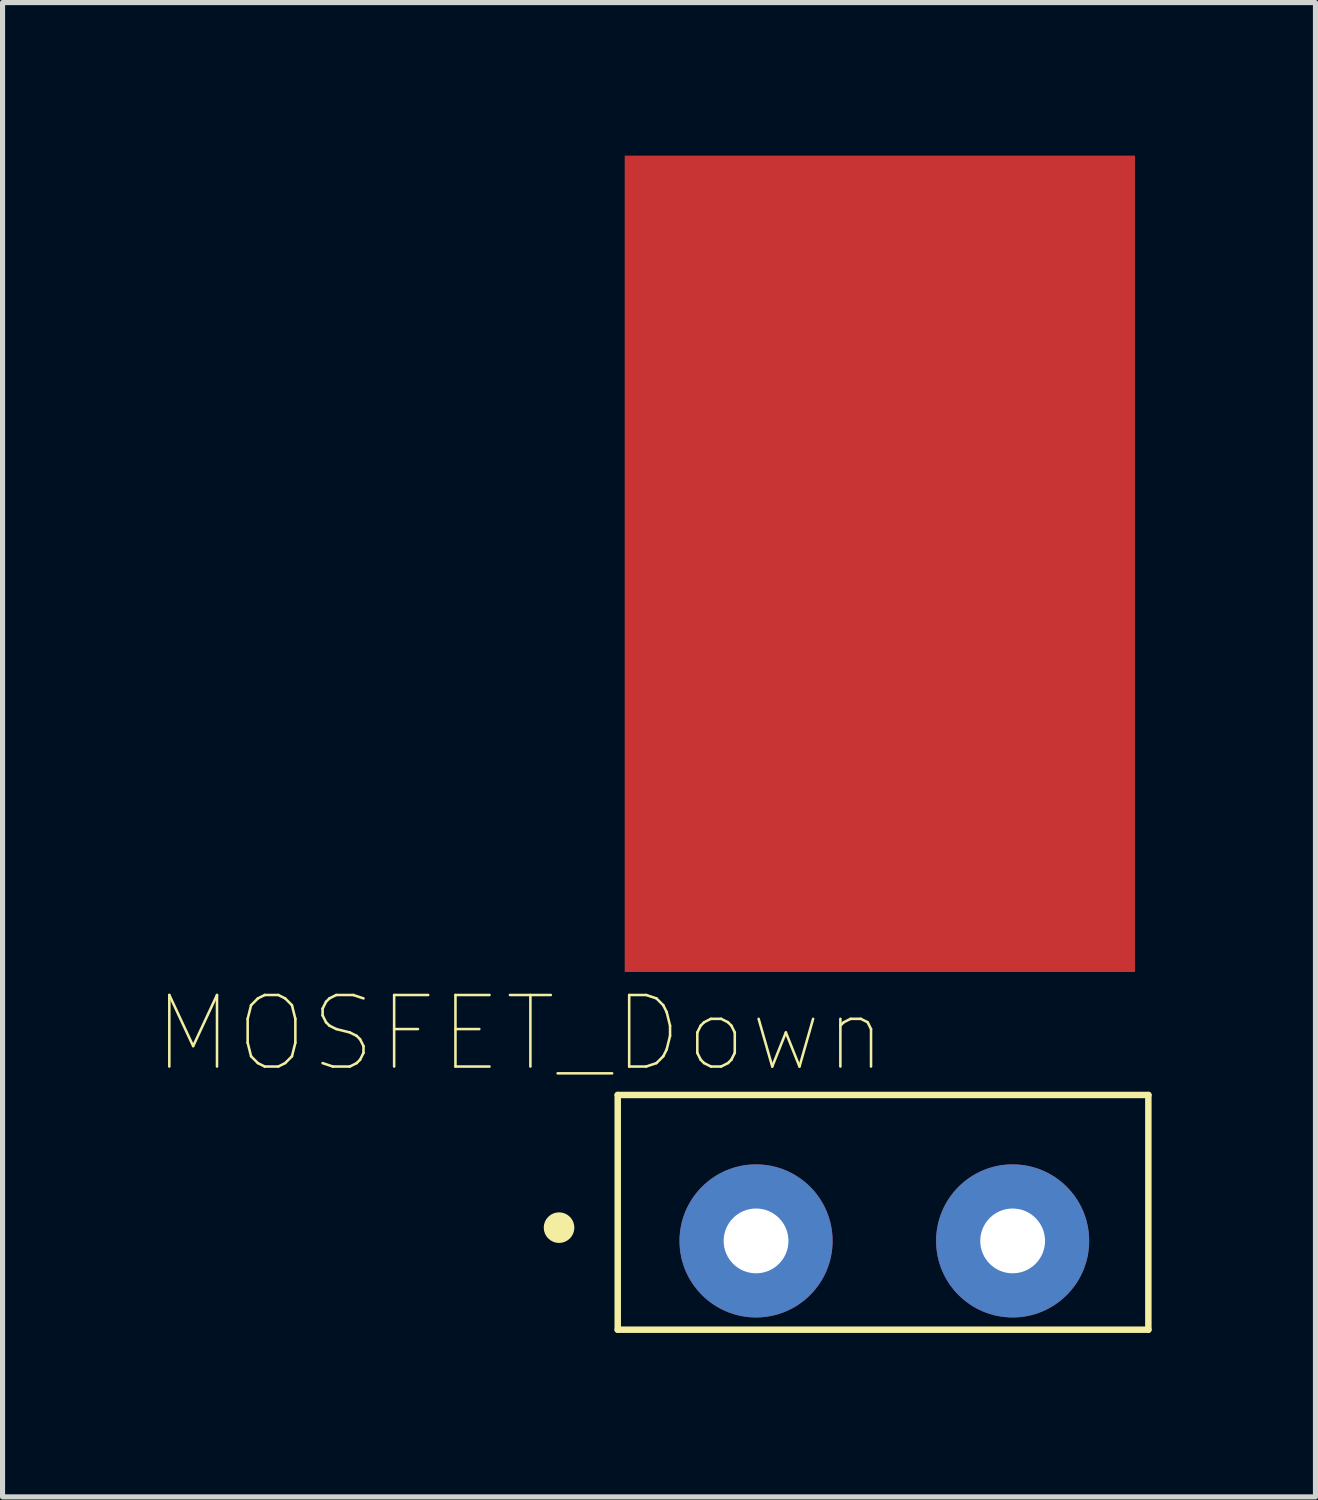
<source format=kicad_pcb>
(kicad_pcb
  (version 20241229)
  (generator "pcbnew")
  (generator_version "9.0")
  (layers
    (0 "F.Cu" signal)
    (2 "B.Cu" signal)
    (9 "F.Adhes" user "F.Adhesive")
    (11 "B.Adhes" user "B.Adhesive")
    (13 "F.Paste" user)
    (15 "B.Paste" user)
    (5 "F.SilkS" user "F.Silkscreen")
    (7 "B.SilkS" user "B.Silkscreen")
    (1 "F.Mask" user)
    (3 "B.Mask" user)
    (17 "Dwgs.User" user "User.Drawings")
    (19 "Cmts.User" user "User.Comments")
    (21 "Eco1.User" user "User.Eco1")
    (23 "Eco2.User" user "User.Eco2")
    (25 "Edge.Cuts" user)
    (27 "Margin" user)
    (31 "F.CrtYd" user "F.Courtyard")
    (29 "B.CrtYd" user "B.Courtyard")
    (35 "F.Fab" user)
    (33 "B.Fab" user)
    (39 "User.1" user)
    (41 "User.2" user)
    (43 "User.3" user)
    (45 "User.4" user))
  (footprint "MOSFET_Down"
    (layer "F.Cu")
    (at 11.717 21.271)
    (property "Reference" "MOSFET_Down" (at -4.572 -4.064 0) (layer "F.SilkS") (effects (font (size 1.402 1.402) (thickness 0.05))))
    (attr through_hole)
    (fp_line (start -2.66 -2.86) (end 7.74 -2.86) (stroke (width 0.127) (type solid)) (layer "F.SilkS"))
    (fp_line (start -2.66 1.74) (end -2.66 -2.86) (stroke (width 0.127) (type solid)) (layer "F.SilkS"))
    (fp_line (start 7.74 -2.86) (end 7.74 1.74) (stroke (width 0.127) (type solid)) (layer "F.SilkS"))
    (fp_line (start 7.74 1.74) (end -2.66 1.74) (stroke (width 0.127) (type solid)) (layer "F.SilkS"))
    (fp_circle (center -3.81 -0.26) (end -3.66 -0.26) (stroke (width 0.3) (type solid)) (fill no) (layer "F.SilkS"))
    (fp_line (start -2.91 -3.108) (end 7.99 -3.108) (stroke (width 0.05) (type solid)) (layer "Eco1.User"))
    (fp_line (start -2.91 1.992) (end -2.91 -3.108) (stroke (width 0.05) (type solid)) (layer "Eco1.User"))
    (fp_line (start 7.99 -3.108) (end 7.99 1.992) (stroke (width 0.05) (type solid)) (layer "Eco1.User"))
    (fp_line (start 7.99 1.992) (end -2.91 1.992) (stroke (width 0.05) (type solid)) (layer "Eco1.User"))
    (fp_line (start -2.66 -2.86) (end 7.74 -2.86) (stroke (width 0.127) (type solid)) (layer "Eco2.User"))
    (fp_line (start -2.66 1.74) (end -2.66 -2.86) (stroke (width 0.127) (type solid)) (layer "Eco2.User"))
    (fp_line (start 7.74 -2.86) (end 7.74 1.74) (stroke (width 0.127) (type solid)) (layer "Eco2.User"))
    (fp_line (start 7.74 1.74) (end -2.66 1.74) (stroke (width 0.127) (type solid)) (layer "Eco2.User"))
    (pad "1" smd rect (at 2.477 -13.271) (size 10 16) (layers "F.Cu" "F.Mask" "F.Paste"))
    (pad "2" thru_hole circle (at 0.051 0) (size 3 3) (drill 1.27) (layers "*.Cu" "*.Mask"))
    (pad "3" thru_hole circle (at 5.08 0) (size 3 3) (drill 1.27) (layers "*.Cu" "*.Mask")))
  (gr_rect
    (start -3 -3)
    (end 22.732 26.288)
    (stroke (width 0.1) (type default))
    (fill no)
    (layer "Edge.Cuts")))
</source>
